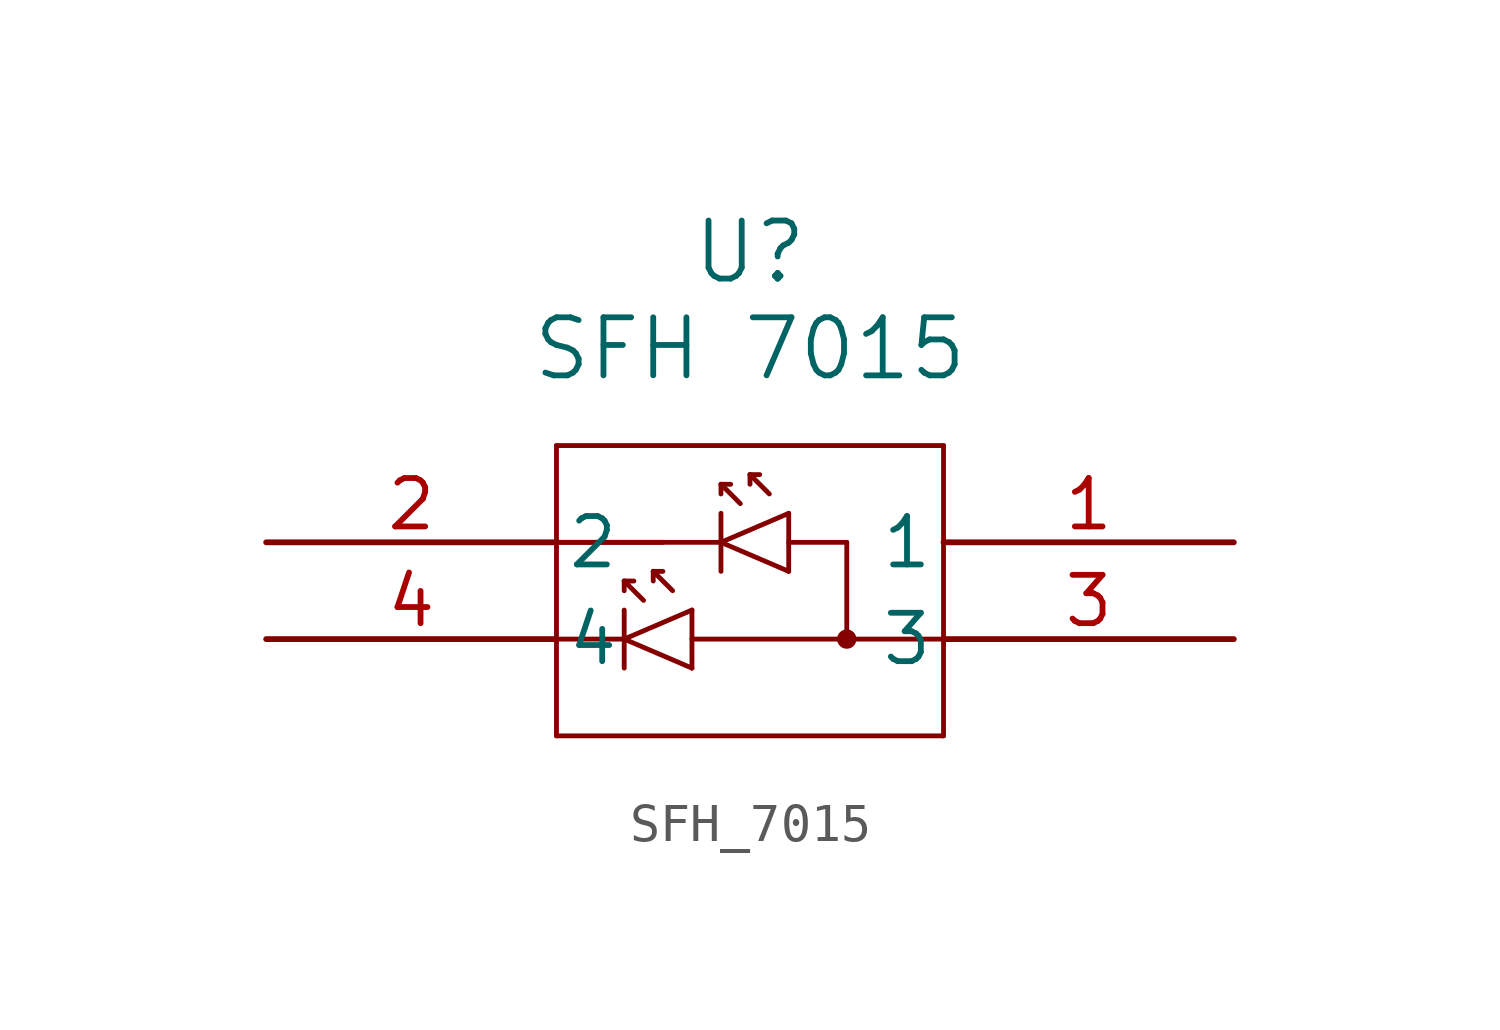
<source format=kicad_sym>
(kicad_symbol_lib
  (version 20211014)
  (generator kicad_symbol_editor)
  (symbol "SFH_7015"
    (pin_names
      (offset 0.254))
    (property "Reference" "U"
      (at 12.7 7.62 0)
      (effects (font (size 1.524 1.524))))
    (property "Value" "SFH 7015"
      (at 12.7 5.08 0)
      (effects (font (size 1.524 1.524))))
    (symbol "SFH_7015_0_1"
      (polyline (pts (xy 7.62 2.54) (xy 7.62 -5.08)) (stroke (width 0.127) (type default) (color 0 0 0 0)) (fill (type none)))
      (polyline (pts (xy 17.78 -5.08) (xy 17.78 2.54)) (stroke (width 0.127) (type default) (color 0 0 0 0)) (fill (type none)))
      (polyline (pts (xy 7.62 -5.08) (xy 17.78 -5.08)) (stroke (width 0.127) (type default) (color 0 0 0 0)) (fill (type none)))
      (polyline (pts (xy 11.938 0) (xy 7.62 0)) (stroke (width 0.127) (type default) (color 0 0 0 0)) (fill (type none)))
      (polyline (pts (xy 11.938 0.762) (xy 11.938 -0.762)) (stroke (width 0.127) (type default) (color 0 0 0 0)) (fill (type none)))
      (polyline (pts (xy 17.78 2.54) (xy 7.62 2.54)) (stroke (width 0.127) (type default) (color 0 0 0 0)) (fill (type none)))
      (polyline (pts (xy 12.446 1.016) (xy 11.938 1.524)) (stroke (width 0.127) (type default) (color 0 0 0 0)) (fill (type none)))
      (polyline (pts (xy 11.938 1.524) (xy 12.192 1.524)) (stroke (width 0.127) (type default) (color 0 0 0 0)) (fill (type none)))
      (polyline (pts (xy 13.716 0.762) (xy 13.716 -0.762)) (stroke (width 0.127) (type default) (color 0 0 0 0)) (fill (type none)))
      (polyline (pts (xy 13.716 -0.762) (xy 11.938 0)) (stroke (width 0.127) (type default) (color 0 0 0 0)) (fill (type none)))
      (polyline (pts (xy 11.938 0) (xy 13.716 0.762)) (stroke (width 0.127) (type default) (color 0 0 0 0)) (fill (type none)))
      (polyline (pts (xy 11.938 1.524) (xy 11.938 1.27)) (stroke (width 0.127) (type default) (color 0 0 0 0)) (fill (type none)))
      (polyline (pts (xy 13.208 1.27) (xy 12.7 1.778)) (stroke (width 0.127) (type default) (color 0 0 0 0)) (fill (type none)))
      (polyline (pts (xy 12.7 1.778) (xy 12.954 1.778)) (stroke (width 0.127) (type default) (color 0 0 0 0)) (fill (type none)))
      (polyline (pts (xy 12.7 1.778) (xy 12.7 1.524)) (stroke (width 0.127) (type default) (color 0 0 0 0)) (fill (type none)))
      (polyline (pts (xy 9.398 -1.778) (xy 9.398 -3.302)) (stroke (width 0.127) (type default) (color 0 0 0 0)) (fill (type none)))
      (polyline (pts (xy 9.906 -1.524) (xy 9.398 -1.016)) (stroke (width 0.127) (type default) (color 0 0 0 0)) (fill (type none)))
      (polyline (pts (xy 9.398 -1.016) (xy 9.652 -1.016)) (stroke (width 0.127) (type default) (color 0 0 0 0)) (fill (type none)))
      (polyline (pts (xy 11.176 -1.778) (xy 11.176 -3.302)) (stroke (width 0.127) (type default) (color 0 0 0 0)) (fill (type none)))
      (polyline (pts (xy 10.414 0) (xy 7.62 0)) (stroke (width 0.127) (type default) (color 0 0 0 0)) (fill (type none)))
      (polyline (pts (xy 7.62 -2.54) (xy 9.398 -2.54)) (stroke (width 0.127) (type default) (color 0 0 0 0)) (fill (type none)))
      (polyline (pts (xy 11.176 -3.302) (xy 9.398 -2.54)) (stroke (width 0.127) (type default) (color 0 0 0 0)) (fill (type none)))
      (polyline (pts (xy 9.398 -2.54) (xy 11.176 -1.778)) (stroke (width 0.127) (type default) (color 0 0 0 0)) (fill (type none)))
      (polyline (pts (xy 9.398 -1.016) (xy 9.398 -1.27)) (stroke (width 0.127) (type default) (color 0 0 0 0)) (fill (type none)))
      (polyline (pts (xy 10.668 -1.27) (xy 10.16 -0.762)) (stroke (width 0.127) (type default) (color 0 0 0 0)) (fill (type none)))
      (polyline (pts (xy 10.16 -0.762) (xy 10.414 -0.762)) (stroke (width 0.127) (type default) (color 0 0 0 0)) (fill (type none)))
      (polyline (pts (xy 10.16 -0.762) (xy 10.16 -1.016)) (stroke (width 0.127) (type default) (color 0 0 0 0)) (fill (type none)))
      (polyline (pts (xy 11.176 -2.54) (xy 17.78 -2.54)) (stroke (width 0.127) (type default) (color 0 0 0 0)) (fill (type none)))
      (polyline (pts (xy 15.24 0) (xy 15.24 -2.54)) (stroke (width 0.127) (type default) (color 0 0 0 0)) (fill (type none)))
      (polyline (pts (xy 15.24 0) (xy 13.716 0)) (stroke (width 0.127) (type default) (color 0 0 0 0)) (fill (type none)))
      (circle (center 15.24 -2.54) (radius 0.127) (stroke (width 0.254) (type default) (color 0 0 0 0)) (fill (type none)))
      (pin unspecified line (at 25.4 0 180) (length 7.62) (name "1" (effects (font (size 1.27 1.27)))) (number "1" (effects (font (size 1.27 1.27)))))
      (pin unspecified line (at 0 0 0) (length 7.62) (name "2" (effects (font (size 1.27 1.27)))) (number "2" (effects (font (size 1.27 1.27)))))
      (pin unspecified line (at 25.4 -2.54 180) (length 7.62) (name "3" (effects (font (size 1.27 1.27)))) (number "3" (effects (font (size 1.27 1.27)))))
      (pin unspecified line (at 0 -2.54 0) (length 7.62) (name "4" (effects (font (size 1.27 1.27)))) (number "4" (effects (font (size 1.27 1.27))))))))
</source>
